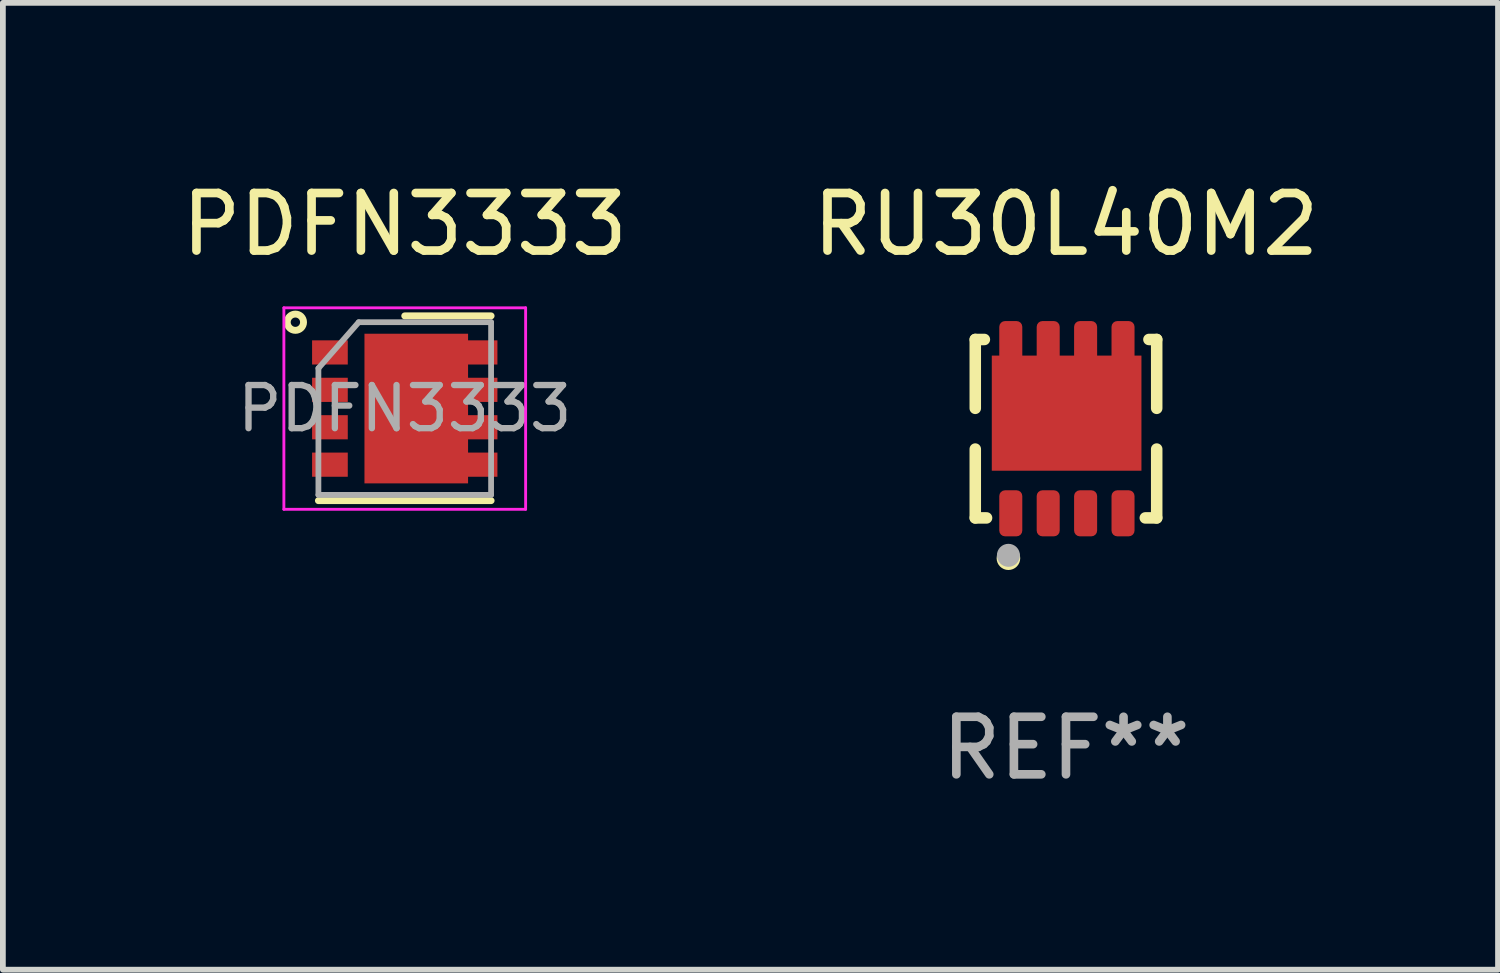
<source format=kicad_pcb>
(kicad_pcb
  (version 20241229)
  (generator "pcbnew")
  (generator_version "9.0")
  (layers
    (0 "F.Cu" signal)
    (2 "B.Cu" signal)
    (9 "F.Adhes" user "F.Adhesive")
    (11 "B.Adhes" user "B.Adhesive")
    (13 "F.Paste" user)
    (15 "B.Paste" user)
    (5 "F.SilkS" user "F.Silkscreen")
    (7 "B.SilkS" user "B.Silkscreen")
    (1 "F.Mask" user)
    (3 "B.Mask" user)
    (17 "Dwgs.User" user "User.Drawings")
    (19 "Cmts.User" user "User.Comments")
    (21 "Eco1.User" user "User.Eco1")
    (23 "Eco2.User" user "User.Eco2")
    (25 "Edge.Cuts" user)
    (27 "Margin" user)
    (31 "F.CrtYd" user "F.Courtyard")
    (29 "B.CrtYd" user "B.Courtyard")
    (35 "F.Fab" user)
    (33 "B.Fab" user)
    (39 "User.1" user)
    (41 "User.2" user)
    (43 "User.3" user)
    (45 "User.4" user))
  (footprint "PDFN3333"
    (layer "F.Cu")
    (at 3.982 4.048)
    (property "Reference" "PDFN3333" (at 0 -3.2 0) (layer "F.SilkS") (effects (font (size 1 1) (thickness 0.15))))
    (attr smd)
    (fp_line (start -1.5 1.6) (end 1.5 1.6) (stroke (width 0.12) (type solid)) (layer "F.SilkS"))
    (fp_line (start 0 -1.61) (end 1.5 -1.61) (stroke (width 0.12) (type solid)) (layer "F.SilkS"))
    (fp_circle (center -1.9 -1.5) (end -1.8 -1.4) (stroke (width 0.12) (type solid)) (fill no) (layer "F.SilkS"))
    (fp_line (start -2.1 -1.75) (end -2.1 1.75) (stroke (width 0.05) (type solid)) (layer "F.CrtYd"))
    (fp_line (start -2.1 1.75) (end 2.1 1.75) (stroke (width 0.05) (type solid)) (layer "F.CrtYd"))
    (fp_line (start 2.1 -1.75) (end -2.1 -1.75) (stroke (width 0.05) (type solid)) (layer "F.CrtYd"))
    (fp_line (start 2.1 1.75) (end 2.1 -1.75) (stroke (width 0.05) (type solid)) (layer "F.CrtYd"))
    (fp_line (start -1.5 -0.7) (end -0.8 -1.5) (stroke (width 0.1) (type solid)) (layer "F.Fab"))
    (fp_line (start -1.5 1.5) (end -1.5 -0.7) (stroke (width 0.1) (type solid)) (layer "F.Fab"))
    (fp_line (start -0.8 -1.5) (end 1.5 -1.5) (stroke (width 0.1) (type solid)) (layer "F.Fab"))
    (fp_line (start 1.5 -1.5) (end 1.5 1.5) (stroke (width 0.1) (type solid)) (layer "F.Fab"))
    (fp_line (start 1.5 1.5) (end -1.5 1.5) (stroke (width 0.1) (type solid)) (layer "F.Fab"))
    (fp_text user "${REFERENCE}" (at 0 0 0) (layer "F.Fab") (effects (font (size 0.75 0.75) (thickness 0.11))))
    (pad "" smd roundrect (at -0.2 -0.6) (size 0.69 0.9) (layers "F.Paste") (roundrect_rratio 0.25))
    (pad "" smd roundrect (at -0.2 0.6) (size 0.69 0.9) (layers "F.Paste") (roundrect_rratio 0.25))
    (pad "" smd roundrect (at 0.6 -0.6) (size 0.69 0.9) (layers "F.Paste") (roundrect_rratio 0.25))
    (pad "" smd roundrect (at 0.6 0.6) (size 0.69 0.9) (layers "F.Paste") (roundrect_rratio 0.25))
    (pad "1" smd rect (at -1.3 -0.975) (size 0.62 0.42) (layers "F.Cu" "F.Mask" "F.Paste"))
    (pad "2" smd rect (at -1.3 -0.325) (size 0.62 0.42) (layers "F.Cu" "F.Mask" "F.Paste"))
    (pad "3" smd rect (at -1.3 0.325) (size 0.62 0.42) (layers "F.Cu" "F.Mask" "F.Paste"))
    (pad "4" smd rect (at -1.3 0.975) (size 0.62 0.42) (layers "F.Cu" "F.Mask" "F.Paste"))
    (pad "5" smd rect (at 0.2 0) (size 1.8 2.6) (layers "F.Cu" "F.Mask"))
    (pad "5" smd rect (at 1.3 0.975) (size 0.62 0.42) (layers "F.Cu" "F.Mask" "F.Paste"))
    (pad "6" smd rect (at 1.3 0.325) (size 0.62 0.42) (layers "F.Cu" "F.Mask" "F.Paste"))
    (pad "7" smd rect (at 1.3 -0.325) (size 0.62 0.42) (layers "F.Cu" "F.Mask" "F.Paste"))
    (pad "8" smd rect (at 1.3 -0.975) (size 0.62 0.42) (layers "F.Cu" "F.Mask" "F.Paste")))
  (footprint "RU30L40M2"
    (layer "F.Cu")
    (at 15.47 4.398)
    (property "Reference" "RU30L40M2" (at 0 -3.55 0) (layer "F.SilkS") (effects (font (size 1 1) (thickness 0.15))))
    (attr through_hole)
    (fp_line (start -1.576 -1.55) (end -1.418 -1.55) (stroke (width 0.2) (type solid)) (layer "F.SilkS"))
    (fp_line (start -1.576 -0.354) (end -1.576 -1.55) (stroke (width 0.2) (type solid)) (layer "F.SilkS"))
    (fp_line (start -1.576 1.55) (end -1.576 0.354) (stroke (width 0.2) (type solid)) (layer "F.SilkS"))
    (fp_line (start -1.576 1.55) (end -1.38 1.55) (stroke (width 0.2) (type solid)) (layer "F.SilkS"))
    (fp_line (start 1.378 1.55) (end 1.576 1.55) (stroke (width 0.2) (type solid)) (layer "F.SilkS"))
    (fp_line (start 1.441 -1.55) (end 1.576 -1.55) (stroke (width 0.2) (type solid)) (layer "F.SilkS"))
    (fp_line (start 1.576 -1.55) (end 1.576 -0.354) (stroke (width 0.2) (type solid)) (layer "F.SilkS"))
    (fp_line (start 1.576 0.354) (end 1.576 1.55) (stroke (width 0.2) (type solid)) (layer "F.SilkS"))
    (fp_circle (center -1 2.25) (end -0.895 2.25) (stroke (width 0.2) (type solid)) (fill no) (layer "F.SilkS"))
    (fp_circle (center -1 2.2) (end -0.9 2.2) (stroke (width 0.2) (type solid)) (fill no) (layer "F.Fab"))
    (fp_text user "REF**" (at 0 5.55 0) (layer "F.Fab") (effects (font (size 1 1) (thickness 0.15))))
    (pad "1" smd roundrect (at -0.959 1.47 180) (size 0.4 0.8) (layers "F.Cu" "F.Mask" "F.Paste") (roundrect_rratio 0.25))
    (pad "2" smd roundrect (at -0.309 1.47 180) (size 0.4 0.8) (layers "F.Cu" "F.Mask" "F.Paste") (roundrect_rratio 0.25))
    (pad "3" smd roundrect (at 0.341 1.47 180) (size 0.4 0.8) (layers "F.Cu" "F.Mask" "F.Paste") (roundrect_rratio 0.25))
    (pad "4" smd roundrect (at 0.991 1.47 180) (size 0.4 0.8) (layers "F.Cu" "F.Mask" "F.Paste") (roundrect_rratio 0.25))
    (pad "5" smd roundrect (at 0.991 -1.47 180) (size 0.4 0.8) (layers "F.Cu" "F.Mask" "F.Paste") (roundrect_rratio 0.25))
    (pad "6" smd roundrect (at 0.341 -1.47 180) (size 0.4 0.8) (layers "F.Cu" "F.Mask" "F.Paste") (roundrect_rratio 0.25))
    (pad "7" smd roundrect (at -0.309 -1.47 180) (size 0.4 0.8) (layers "F.Cu" "F.Mask" "F.Paste") (roundrect_rratio 0.25))
    (pad "8" smd roundrect (at -0.959 -1.47 180) (size 0.4 0.8) (layers "F.Cu" "F.Mask" "F.Paste") (roundrect_rratio 0.25))
    (pad "9" smd rect (at 0.011 -0.27) (size 2.6 2) (layers "F.Cu" "F.Mask" "F.Paste")))
  (gr_rect
    (start -3 -3)
    (end 22.976 13.797)
    (stroke (width 0.1) (type default))
    (fill no)
    (layer "Edge.Cuts")))
</source>
